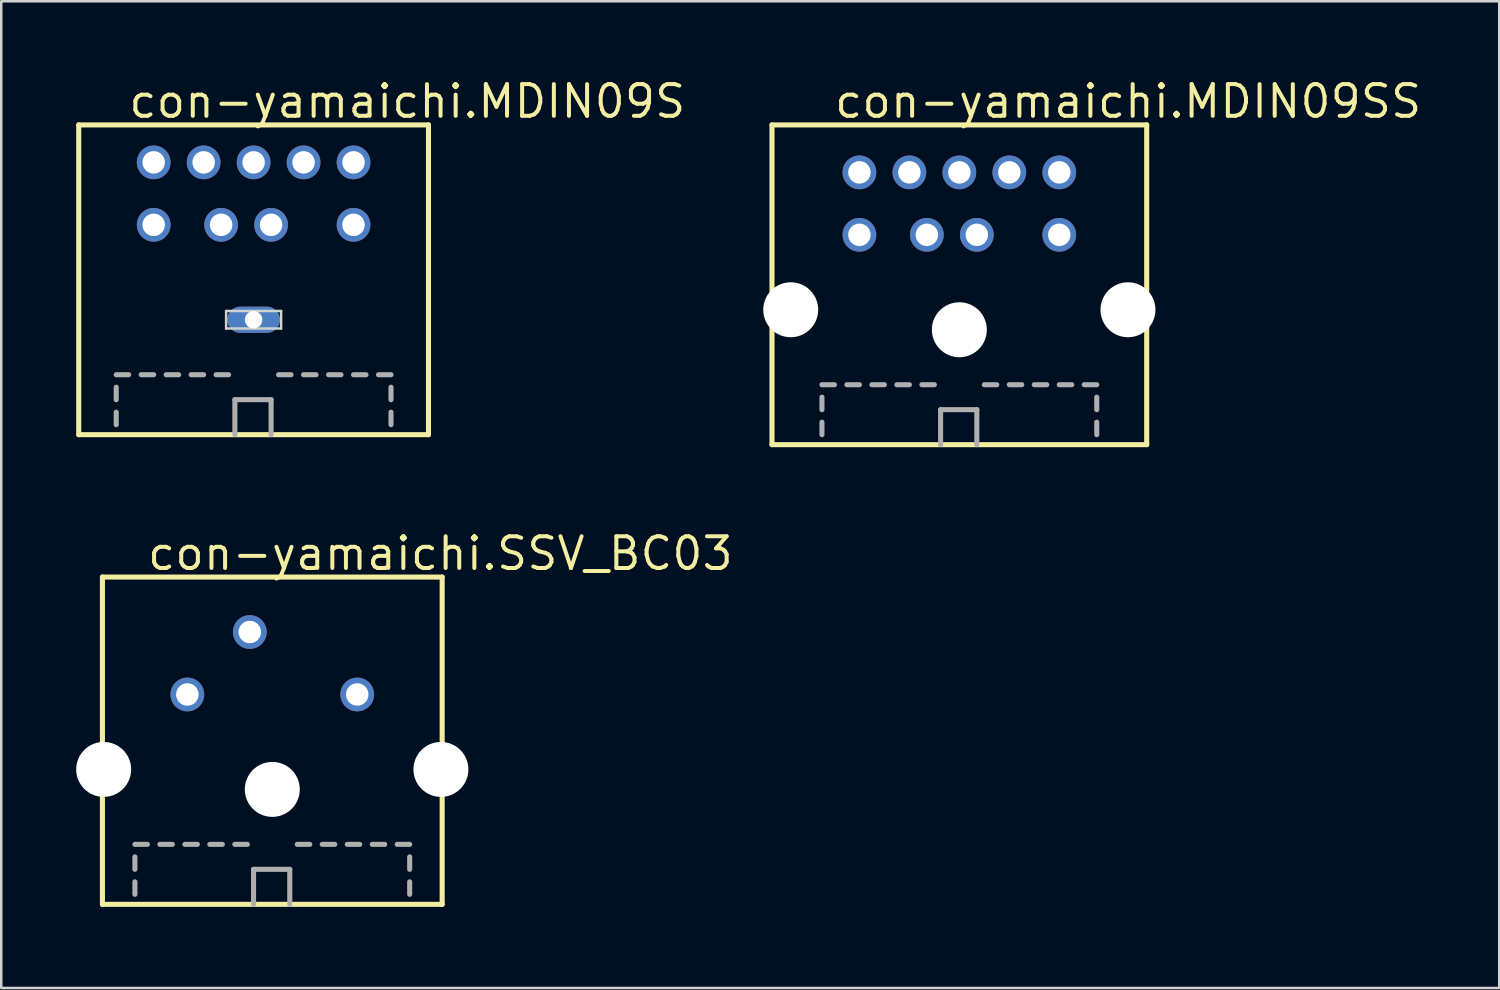
<source format=kicad_pcb>
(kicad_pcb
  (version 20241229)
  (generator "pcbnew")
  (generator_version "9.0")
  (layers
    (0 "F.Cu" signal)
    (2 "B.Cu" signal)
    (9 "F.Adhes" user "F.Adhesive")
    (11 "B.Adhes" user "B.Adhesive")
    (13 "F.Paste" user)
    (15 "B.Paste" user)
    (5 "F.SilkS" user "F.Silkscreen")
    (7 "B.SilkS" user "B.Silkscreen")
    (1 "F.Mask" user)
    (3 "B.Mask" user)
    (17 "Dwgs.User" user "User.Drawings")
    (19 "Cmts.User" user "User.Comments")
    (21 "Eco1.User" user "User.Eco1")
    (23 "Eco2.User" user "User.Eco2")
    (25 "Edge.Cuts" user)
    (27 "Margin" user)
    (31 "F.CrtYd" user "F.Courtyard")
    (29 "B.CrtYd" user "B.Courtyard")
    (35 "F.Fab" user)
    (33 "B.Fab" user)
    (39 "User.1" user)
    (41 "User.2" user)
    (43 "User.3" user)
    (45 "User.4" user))
  (footprint "con-yamaichi.MDIN09SS"
    (layer "F.Cu")
    (at 35.353 14.85)
    (property "Reference" "con-yamaichi.MDIN09SS" (at -5.08 -13.1 0) (layer "F.SilkS") (effects (font (size 1.27 1.27) (thickness 0.16)) (justify left bottom)))
    (attr through_hole)
    (fp_line (start -7.5 -12.9) (end -7.5 -0.1) (stroke (width 0.203) (type default)) (layer "F.SilkS"))
    (fp_line (start -7.5 -0.1) (end 7.5 -0.1) (stroke (width 0.203) (type default)) (layer "F.SilkS"))
    (fp_line (start 7.5 -12.9) (end -7.5 -12.9) (stroke (width 0.203) (type default)) (layer "F.SilkS"))
    (fp_line (start 7.5 -0.1) (end 7.5 -12.9) (stroke (width 0.203) (type default)) (layer "F.SilkS"))
    (fp_line (start -5.5 -2.5) (end -5 -2.5) (stroke (width 0.203) (type default)) (layer "F.Fab"))
    (fp_line (start -5.5 -1.5) (end -5.5 -2) (stroke (width 0.203) (type default)) (layer "F.Fab"))
    (fp_line (start -5.5 -0.5) (end -5.5 -1) (stroke (width 0.203) (type default)) (layer "F.Fab"))
    (fp_line (start -4.5 -2.5) (end -4 -2.5) (stroke (width 0.203) (type default)) (layer "F.Fab"))
    (fp_line (start -3.5 -2.5) (end -3 -2.5) (stroke (width 0.203) (type default)) (layer "F.Fab"))
    (fp_line (start -2.5 -2.5) (end -2 -2.5) (stroke (width 0.203) (type default)) (layer "F.Fab"))
    (fp_line (start -1.5 -2.5) (end -1 -2.5) (stroke (width 0.203) (type default)) (layer "F.Fab"))
    (fp_line (start -0.75 -1.5) (end 0.7 -1.5) (stroke (width 0.203) (type default)) (layer "F.Fab"))
    (fp_line (start -0.75 -0.1) (end -0.75 -1.5) (stroke (width 0.203) (type default)) (layer "F.Fab"))
    (fp_line (start 0.7 -1.5) (end 0.7 -0.1) (stroke (width 0.203) (type default)) (layer "F.Fab"))
    (fp_line (start 1 -2.5) (end 1.5 -2.5) (stroke (width 0.203) (type default)) (layer "F.Fab"))
    (fp_line (start 2 -2.5) (end 2.5 -2.5) (stroke (width 0.203) (type default)) (layer "F.Fab"))
    (fp_line (start 3 -2.5) (end 3.5 -2.5) (stroke (width 0.203) (type default)) (layer "F.Fab"))
    (fp_line (start 4 -2.5) (end 4.5 -2.5) (stroke (width 0.203) (type default)) (layer "F.Fab"))
    (fp_line (start 5 -2.5) (end 5.5 -2.5) (stroke (width 0.203) (type default)) (layer "F.Fab"))
    (fp_line (start 5.5 -1.5) (end 5.5 -2) (stroke (width 0.203) (type default)) (layer "F.Fab"))
    (fp_line (start 5.5 -0.5) (end 5.5 -1) (stroke (width 0.203) (type default)) (layer "F.Fab"))
    (pad "" np_thru_hole circle (at -6.75 -5.5) (size 2.2 2.2) (drill 2.2) (layers "*.Cu" "*.Mask"))
    (pad "" np_thru_hole circle (at 0 -4.7) (size 2.2 2.2) (drill 2.2) (layers "*.Cu" "*.Mask"))
    (pad "" np_thru_hole circle (at 6.75 -5.5) (size 2.2 2.2) (drill 2.2) (layers "*.Cu" "*.Mask"))
    (pad "1" thru_hole circle (at 0.7 -8.5) (size 1.35 1.35) (drill 0.9) (layers "*.Cu" "*.Mask"))
    (pad "2" thru_hole circle (at -1.3 -8.5) (size 1.35 1.35) (drill 0.9) (layers "*.Cu" "*.Mask"))
    (pad "3" thru_hole circle (at 4 -8.5) (size 1.35 1.35) (drill 0.9) (layers "*.Cu" "*.Mask"))
    (pad "4" thru_hole circle (at 2 -11) (size 1.35 1.35) (drill 0.9) (layers "*.Cu" "*.Mask"))
    (pad "5" thru_hole circle (at 0 -11) (size 1.35 1.35) (drill 0.9) (layers "*.Cu" "*.Mask"))
    (pad "6" thru_hole circle (at -4 -8.5) (size 1.35 1.35) (drill 0.9) (layers "*.Cu" "*.Mask"))
    (pad "7" thru_hole circle (at 4 -11) (size 1.35 1.35) (drill 0.9) (layers "*.Cu" "*.Mask"))
    (pad "8" thru_hole circle (at -2 -11) (size 1.35 1.35) (drill 0.9) (layers "*.Cu" "*.Mask"))
    (pad "9" thru_hole circle (at -4 -11) (size 1.35 1.35) (drill 0.9) (layers "*.Cu" "*.Mask")))
  (footprint "con-yamaichi.MDIN09S"
    (layer "F.Cu")
    (at 7.102 14.45)
    (property "Reference" "con-yamaichi.MDIN09S" (at -5.08 -12.7 0) (layer "F.SilkS") (effects (font (size 1.27 1.27) (thickness 0.16)) (justify left bottom)))
    (attr through_hole)
    (fp_line (start -7 -12.5) (end -7 -0.1) (stroke (width 0.203) (type default)) (layer "F.SilkS"))
    (fp_line (start -7 -0.1) (end 7 -0.1) (stroke (width 0.203) (type default)) (layer "F.SilkS"))
    (fp_line (start 7 -12.5) (end -7 -12.5) (stroke (width 0.203) (type default)) (layer "F.SilkS"))
    (fp_line (start 7 -0.1) (end 7 -12.5) (stroke (width 0.203) (type default)) (layer "F.SilkS"))
    (fp_line (start -1.1 -4.35) (end -1.1 -5.05) (stroke (width 0.1) (type default)) (layer "Edge.Cuts"))
    (fp_line (start 1.1 -5.05) (end -1.1 -5.05) (stroke (width 0.1) (type default)) (layer "Edge.Cuts"))
    (fp_line (start 1.1 -4.35) (end -1.1 -4.35) (stroke (width 0.1) (type default)) (layer "Edge.Cuts"))
    (fp_line (start 1.1 -4.35) (end 1.1 -5.05) (stroke (width 0.1) (type default)) (layer "Edge.Cuts"))
    (fp_line (start -5.5 -2.5) (end -5 -2.5) (stroke (width 0.203) (type default)) (layer "F.Fab"))
    (fp_line (start -5.5 -1.5) (end -5.5 -2) (stroke (width 0.203) (type default)) (layer "F.Fab"))
    (fp_line (start -5.5 -0.5) (end -5.5 -1) (stroke (width 0.203) (type default)) (layer "F.Fab"))
    (fp_line (start -4.5 -2.5) (end -4 -2.5) (stroke (width 0.203) (type default)) (layer "F.Fab"))
    (fp_line (start -3.5 -2.5) (end -3 -2.5) (stroke (width 0.203) (type default)) (layer "F.Fab"))
    (fp_line (start -2.5 -2.5) (end -2 -2.5) (stroke (width 0.203) (type default)) (layer "F.Fab"))
    (fp_line (start -1.5 -2.5) (end -1 -2.5) (stroke (width 0.203) (type default)) (layer "F.Fab"))
    (fp_line (start -0.75 -1.5) (end 0.7 -1.5) (stroke (width 0.203) (type default)) (layer "F.Fab"))
    (fp_line (start -0.75 -0.1) (end -0.75 -1.5) (stroke (width 0.203) (type default)) (layer "F.Fab"))
    (fp_line (start 0.7 -1.5) (end 0.7 -0.1) (stroke (width 0.203) (type default)) (layer "F.Fab"))
    (fp_line (start 1 -2.5) (end 1.5 -2.5) (stroke (width 0.203) (type default)) (layer "F.Fab"))
    (fp_line (start 2 -2.5) (end 2.5 -2.5) (stroke (width 0.203) (type default)) (layer "F.Fab"))
    (fp_line (start 3 -2.5) (end 3.5 -2.5) (stroke (width 0.203) (type default)) (layer "F.Fab"))
    (fp_line (start 4 -2.5) (end 4.5 -2.5) (stroke (width 0.203) (type default)) (layer "F.Fab"))
    (fp_line (start 5 -2.5) (end 5.5 -2.5) (stroke (width 0.203) (type default)) (layer "F.Fab"))
    (fp_line (start 5.5 -1.5) (end 5.5 -2) (stroke (width 0.203) (type default)) (layer "F.Fab"))
    (fp_line (start 5.5 -0.5) (end 5.5 -1) (stroke (width 0.203) (type default)) (layer "F.Fab"))
    (pad "1" thru_hole circle (at 0.7 -8.5) (size 1.35 1.35) (drill 0.9) (layers "*.Cu" "*.Mask"))
    (pad "2" thru_hole circle (at -1.3 -8.5) (size 1.35 1.35) (drill 0.9) (layers "*.Cu" "*.Mask"))
    (pad "3" thru_hole circle (at 4 -8.5) (size 1.35 1.35) (drill 0.9) (layers "*.Cu" "*.Mask"))
    (pad "4" thru_hole circle (at 2 -11) (size 1.35 1.35) (drill 0.9) (layers "*.Cu" "*.Mask"))
    (pad "5" thru_hole circle (at 0 -11) (size 1.35 1.35) (drill 0.9) (layers "*.Cu" "*.Mask"))
    (pad "6" thru_hole circle (at -4 -8.5) (size 1.35 1.35) (drill 0.9) (layers "*.Cu" "*.Mask"))
    (pad "7" thru_hole circle (at 4 -11) (size 1.35 1.35) (drill 0.9) (layers "*.Cu" "*.Mask"))
    (pad "8" thru_hole circle (at -2 -11) (size 1.35 1.35) (drill 0.9) (layers "*.Cu" "*.Mask"))
    (pad "9" thru_hole circle (at -4 -11) (size 1.35 1.35) (drill 0.9) (layers "*.Cu" "*.Mask"))
    (pad "M" thru_hole oval (at 0 -4.7) (size 2.1 1.05) (drill 0.7) (layers "*.Cu" "*.Mask")))
  (footprint "con-yamaichi.SSV_BC03"
    (layer "F.Cu")
    (at 7.85 33.25)
    (property "Reference" "con-yamaichi.SSV_BC03" (at -5.08 -13.4 0) (layer "F.SilkS") (effects (font (size 1.27 1.27) (thickness 0.16)) (justify left bottom)))
    (attr through_hole)
    (fp_line (start -6.8 -13.2) (end -6.8 -0.1) (stroke (width 0.203) (type default)) (layer "F.SilkS"))
    (fp_line (start -6.8 -0.1) (end 6.8 -0.1) (stroke (width 0.203) (type default)) (layer "F.SilkS"))
    (fp_line (start 6.8 -13.2) (end -6.8 -13.2) (stroke (width 0.203) (type default)) (layer "F.SilkS"))
    (fp_line (start 6.8 -0.1) (end 6.8 -13.2) (stroke (width 0.203) (type default)) (layer "F.SilkS"))
    (fp_line (start -5.5 -2.5) (end -5 -2.5) (stroke (width 0.203) (type default)) (layer "F.Fab"))
    (fp_line (start -5.5 -1.5) (end -5.5 -2) (stroke (width 0.203) (type default)) (layer "F.Fab"))
    (fp_line (start -5.5 -0.5) (end -5.5 -1) (stroke (width 0.203) (type default)) (layer "F.Fab"))
    (fp_line (start -4.5 -2.5) (end -4 -2.5) (stroke (width 0.203) (type default)) (layer "F.Fab"))
    (fp_line (start -3.5 -2.5) (end -3 -2.5) (stroke (width 0.203) (type default)) (layer "F.Fab"))
    (fp_line (start -2.5 -2.5) (end -2 -2.5) (stroke (width 0.203) (type default)) (layer "F.Fab"))
    (fp_line (start -1.5 -2.5) (end -1 -2.5) (stroke (width 0.203) (type default)) (layer "F.Fab"))
    (fp_line (start -0.75 -1.5) (end 0.7 -1.5) (stroke (width 0.203) (type default)) (layer "F.Fab"))
    (fp_line (start -0.75 -0.1) (end -0.75 -1.5) (stroke (width 0.203) (type default)) (layer "F.Fab"))
    (fp_line (start 0.7 -1.5) (end 0.7 -0.1) (stroke (width 0.203) (type default)) (layer "F.Fab"))
    (fp_line (start 1 -2.5) (end 1.5 -2.5) (stroke (width 0.203) (type default)) (layer "F.Fab"))
    (fp_line (start 2 -2.5) (end 2.5 -2.5) (stroke (width 0.203) (type default)) (layer "F.Fab"))
    (fp_line (start 3 -2.5) (end 3.5 -2.5) (stroke (width 0.203) (type default)) (layer "F.Fab"))
    (fp_line (start 4 -2.5) (end 4.5 -2.5) (stroke (width 0.203) (type default)) (layer "F.Fab"))
    (fp_line (start 5 -2.5) (end 5.5 -2.5) (stroke (width 0.203) (type default)) (layer "F.Fab"))
    (fp_line (start 5.5 -1.5) (end 5.5 -2) (stroke (width 0.203) (type default)) (layer "F.Fab"))
    (fp_line (start 5.5 -0.5) (end 5.5 -1) (stroke (width 0.203) (type default)) (layer "F.Fab"))
    (pad "" np_thru_hole circle (at -6.75 -5.5) (size 2.2 2.2) (drill 2.2) (layers "*.Cu" "*.Mask"))
    (pad "" np_thru_hole circle (at 0 -4.7) (size 2.2 2.2) (drill 2.2) (layers "*.Cu" "*.Mask"))
    (pad "" np_thru_hole circle (at 6.75 -5.5) (size 2.2 2.2) (drill 2.2) (layers "*.Cu" "*.Mask"))
    (pad "1" thru_hole circle (at 3.4 -8.5) (size 1.35 1.35) (drill 0.9) (layers "*.Cu" "*.Mask"))
    (pad "2" thru_hole circle (at -3.4 -8.5) (size 1.35 1.35) (drill 0.9) (layers "*.Cu" "*.Mask"))
    (pad "3" thru_hole circle (at -0.9 -11) (size 1.35 1.35) (drill 0.9) (layers "*.Cu" "*.Mask")))
  (gr_rect
    (start -3 -3)
    (end 56.964 36.5)
    (stroke (width 0.1) (type default))
    (fill no)
    (layer "Edge.Cuts")))
</source>
